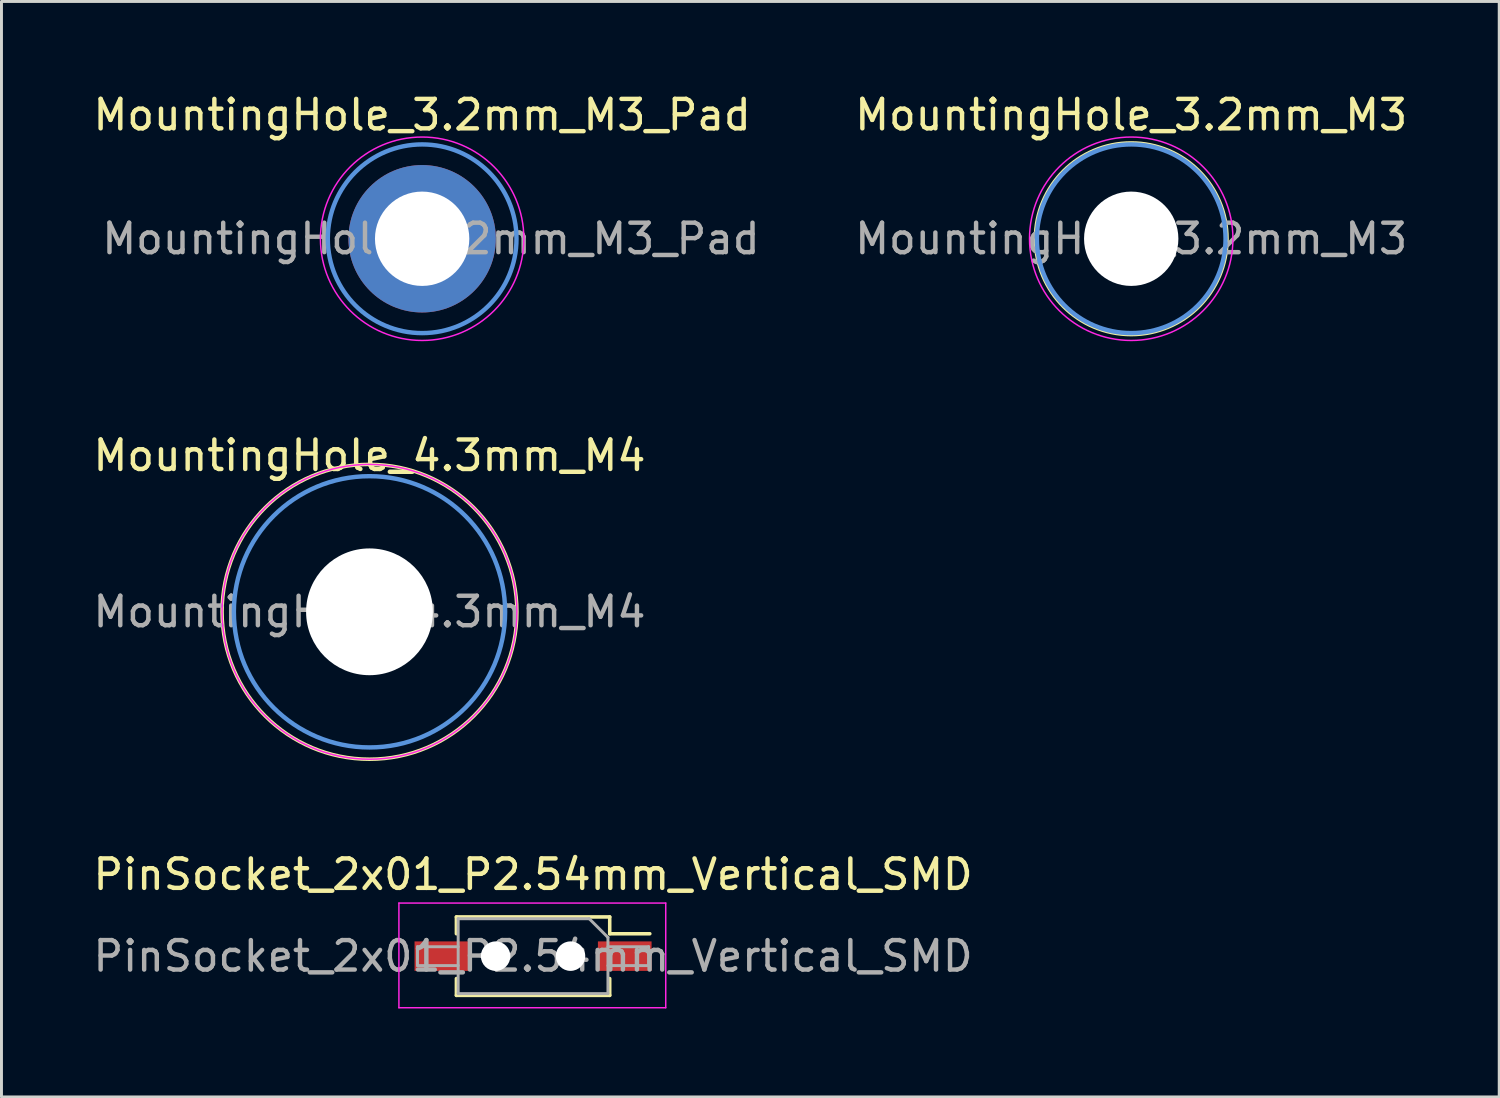
<source format=kicad_pcb>
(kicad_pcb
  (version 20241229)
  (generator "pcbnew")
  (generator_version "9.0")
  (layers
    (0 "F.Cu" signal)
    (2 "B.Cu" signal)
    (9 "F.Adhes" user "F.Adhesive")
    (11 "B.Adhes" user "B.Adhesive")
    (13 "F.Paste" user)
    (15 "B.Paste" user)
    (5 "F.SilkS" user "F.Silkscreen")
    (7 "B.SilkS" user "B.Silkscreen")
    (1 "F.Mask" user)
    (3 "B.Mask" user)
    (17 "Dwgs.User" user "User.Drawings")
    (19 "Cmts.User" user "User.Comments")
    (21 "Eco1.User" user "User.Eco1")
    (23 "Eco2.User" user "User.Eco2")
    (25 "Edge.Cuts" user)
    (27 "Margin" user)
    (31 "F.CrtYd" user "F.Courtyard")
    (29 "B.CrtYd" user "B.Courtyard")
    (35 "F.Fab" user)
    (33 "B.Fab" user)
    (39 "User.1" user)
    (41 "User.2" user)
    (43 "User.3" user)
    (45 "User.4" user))
  (footprint "MountingHole_3.2mm_M3"
    (layer "F.Cu")
    (at 35.318 5.048)
    (property "Reference" "MountingHole_3.2mm_M3" (at 0 -4.2 0) (layer "F.SilkS") (effects (font (size 1 1) (thickness 0.15))))
    (attr exclude_from_pos_files exclude_from_bom)
    (fp_circle (center 0 0) (end 3.25 0) (stroke (width 0.12) (type solid)) (fill no) (layer "F.SilkS"))
    (fp_circle (center 0 0) (end 3.2 0) (stroke (width 0.15) (type solid)) (fill no) (layer "Cmts.User"))
    (fp_circle (center 0 0) (end 3.45 0) (stroke (width 0.05) (type solid)) (fill no) (layer "F.CrtYd"))
    (fp_text user "${REFERENCE}" (at 0 0 0) (layer "F.Fab") (effects (font (size 1 1) (thickness 0.15))))
    (pad "" np_thru_hole circle (at 0 0) (size 3.2 3.2) (drill 3.2) (layers "*.Cu" "*.Mask"))
    (zone (net_name "") (layers "F.Cu" "B.Cu") (hatch edge 0.508) (connect_pads) (min_thickness 0.254) (filled_areas_thickness no) (keepout (tracks not_allowed) (vias not_allowed) (pads not_allowed) (copperpour not_allowed) (footprints allowed)) (placement (enabled no)) (fill) (polygon (pts (xy 38.573 5.048) (xy 38.554 4.697) (xy 38.497 4.349) (xy 38.403 4.01) (xy 38.272 3.683) (xy 38.108 3.372) (xy 37.91 3.08) (xy 37.683 2.812) (xy 37.427 2.57) (xy 37.147 2.356) (xy 36.846 2.174) (xy 36.527 2.026) (xy 36.193 1.913) (xy 35.849 1.837) (xy 35.5 1.799) (xy 35.148 1.798) (xy 34.797 1.835) (xy 34.454 1.91) (xy 34.12 2.022) (xy 33.8 2.169) (xy 33.498 2.35) (xy 33.217 2.562) (xy 32.961 2.804) (xy 32.732 3.071) (xy 32.534 3.362) (xy 32.368 3.673) (xy 32.237 3.999) (xy 32.141 4.338) (xy 32.083 4.685) (xy 32.063 5.037) (xy 32.081 5.388) (xy 32.137 5.736) (xy 32.229 6.076) (xy 32.359 6.403) (xy 32.522 6.715) (xy 32.718 7.007) (xy 32.945 7.276) (xy 33.2 7.52) (xy 33.479 7.734) (xy 33.78 7.917) (xy 34.099 8.066) (xy 34.432 8.18) (xy 34.775 8.257) (xy 35.125 8.297) (xy 35.477 8.299) (xy 35.827 8.263) (xy 36.171 8.189) (xy 36.505 8.079) (xy 36.826 7.933) (xy 37.128 7.753) (xy 37.41 7.542) (xy 37.667 7.301) (xy 37.897 7.034) (xy 38.096 6.744) (xy 38.263 6.434) (xy 38.395 6.108) (xy 38.492 5.769) (xy 38.551 5.422) (xy 38.573 5.071)))))
  (footprint "MountingHole_3.2mm_M3_Pad"
    (layer "F.Cu")
    (at 11.268 5.048)
    (property "Reference" "MountingHole_3.2mm_M3_Pad" (at 0 -4.2 0) (layer "F.SilkS") (effects (font (size 1 1) (thickness 0.15))))
    (attr exclude_from_pos_files exclude_from_bom)
    (fp_circle (center 0 0) (end 3.2 0) (stroke (width 0.15) (type solid)) (fill no) (layer "Cmts.User"))
    (fp_circle (center 0 0) (end 3.45 0) (stroke (width 0.05) (type solid)) (fill no) (layer "F.CrtYd"))
    (fp_text user "${REFERENCE}" (at 0.3 0 0) (layer "F.Fab") (effects (font (size 1 1) (thickness 0.15))))
    (pad "1" thru_hole circle (at 0 0) (size 5 5) (drill 3.2) (layers "*.Cu"))
    (zone (net_name "") (layers "F.Cu" "B.Cu") (hatch edge 0.508) (connect_pads) (min_thickness 0.254) (filled_areas_thickness no) (keepout (tracks not_allowed) (vias not_allowed) (pads not_allowed) (copperpour not_allowed) (footprints allowed)) (placement (enabled no)) (fill) (polygon (pts (xy 14.773 5.048) (xy 14.753 4.682) (xy 14.696 4.32) (xy 14.601 3.965) (xy 14.47 3.623) (xy 14.303 3.296) (xy 14.103 2.988) (xy 13.872 2.703) (xy 13.613 2.444) (xy 13.328 2.213) (xy 13.02 2.013) (xy 12.693 1.846) (xy 12.351 1.715) (xy 11.997 1.62) (xy 11.634 1.563) (xy 11.268 1.543) (xy 10.902 1.563) (xy 10.539 1.62) (xy 10.185 1.715) (xy 9.842 1.846) (xy 9.515 2.013) (xy 9.208 2.213) (xy 8.923 2.444) (xy 8.663 2.703) (xy 8.432 2.988) (xy 8.233 3.296) (xy 8.066 3.623) (xy 7.935 3.965) (xy 7.84 4.32) (xy 7.782 4.682) (xy 7.763 5.048) (xy 7.782 5.415) (xy 7.84 5.777) (xy 7.935 6.131) (xy 8.066 6.474) (xy 8.233 6.801) (xy 8.432 7.108) (xy 8.663 7.393) (xy 8.923 7.653) (xy 9.208 7.884) (xy 9.515 8.083) (xy 9.842 8.25) (xy 10.185 8.382) (xy 10.539 8.476) (xy 10.902 8.534) (xy 11.268 8.553) (xy 11.634 8.534) (xy 11.997 8.476) (xy 12.351 8.382) (xy 12.693 8.25) (xy 13.02 8.083) (xy 13.328 7.884) (xy 13.613 7.653) (xy 13.872 7.393) (xy 14.103 7.108) (xy 14.303 6.801) (xy 14.47 6.474) (xy 14.601 6.131) (xy 14.696 5.777) (xy 14.753 5.415)))))
  (footprint "PinSocket_2x01_P2.54mm_Vertical_SMD"
    (layer "F.Cu")
    (at 15.03 29.38)
    (property "Reference" "PinSocket_2x01_P2.54mm_Vertical_SMD" (at 0 -2.77 0) (layer "F.SilkS") (effects (font (size 1 1) (thickness 0.15))))
    (attr smd)
    (fp_line (start -2.6 -1.33) (end -2.6 -0.76) (stroke (width 0.12) (type solid)) (layer "F.SilkS"))
    (fp_line (start -2.6 -1.33) (end 2.6 -1.33) (stroke (width 0.12) (type solid)) (layer "F.SilkS"))
    (fp_line (start -2.6 0.76) (end -2.6 1.33) (stroke (width 0.12) (type solid)) (layer "F.SilkS"))
    (fp_line (start -2.6 1.33) (end 2.6 1.33) (stroke (width 0.12) (type solid)) (layer "F.SilkS"))
    (fp_line (start 2.6 -1.33) (end 2.6 -0.76) (stroke (width 0.12) (type solid)) (layer "F.SilkS"))
    (fp_line (start 2.6 -0.76) (end 3.96 -0.76) (stroke (width 0.12) (type solid)) (layer "F.SilkS"))
    (fp_line (start 2.6 0.76) (end 2.6 1.33) (stroke (width 0.12) (type solid)) (layer "F.SilkS"))
    (fp_line (start -4.55 -1.8) (end 4.5 -1.8) (stroke (width 0.05) (type solid)) (layer "F.CrtYd"))
    (fp_line (start -4.55 1.75) (end -4.55 -1.8) (stroke (width 0.05) (type solid)) (layer "F.CrtYd"))
    (fp_line (start 4.5 -1.8) (end 4.5 1.75) (stroke (width 0.05) (type solid)) (layer "F.CrtYd"))
    (fp_line (start 4.5 1.75) (end -4.55 1.75) (stroke (width 0.05) (type solid)) (layer "F.CrtYd"))
    (fp_line (start -3.92 -0.32) (end -2.54 -0.32) (stroke (width 0.1) (type solid)) (layer "F.Fab"))
    (fp_line (start -3.92 0.32) (end -3.92 -0.32) (stroke (width 0.1) (type solid)) (layer "F.Fab"))
    (fp_line (start -2.54 -1.27) (end 1.905 -1.27) (stroke (width 0.1) (type solid)) (layer "F.Fab"))
    (fp_line (start -2.54 0.32) (end -3.92 0.32) (stroke (width 0.1) (type solid)) (layer "F.Fab"))
    (fp_line (start -2.54 1.27) (end -2.54 -1.27) (stroke (width 0.1) (type solid)) (layer "F.Fab"))
    (fp_line (start 1.905 -1.27) (end 2.54 -0.635) (stroke (width 0.1) (type solid)) (layer "F.Fab"))
    (fp_line (start 2.54 -0.635) (end 2.54 1.27) (stroke (width 0.1) (type solid)) (layer "F.Fab"))
    (fp_line (start 2.54 -0.32) (end 3.92 -0.32) (stroke (width 0.1) (type solid)) (layer "F.Fab"))
    (fp_line (start 2.54 1.27) (end -2.54 1.27) (stroke (width 0.1) (type solid)) (layer "F.Fab"))
    (fp_line (start 3.92 -0.32) (end 3.92 0.32) (stroke (width 0.1) (type solid)) (layer "F.Fab"))
    (fp_line (start 3.92 0.32) (end 2.54 0.32) (stroke (width 0.1) (type solid)) (layer "F.Fab"))
    (fp_text user "${REFERENCE}" (at 0 0 0) (layer "F.Fab") (effects (font (size 1 1) (thickness 0.15))))
    (pad "" np_thru_hole circle (at -1.27 0) (size 1 1) (drill 1) (layers "*.Cu" "*.Mask"))
    (pad "" np_thru_hole circle (at 1.27 0) (size 1 1) (drill 1) (layers "*.Cu" "*.Mask"))
    (pad "1" smd rect (at 3.11 0) (size 1.82 1) (layers "F.Cu" "F.Mask" "F.Paste"))
    (pad "2" smd rect (at -3.11 0) (size 1.82 1) (layers "F.Cu" "F.Mask" "F.Paste"))
    (zone (net_name "") (layers "F.Cu" "B.Cu") (hatch edge 0.508) (connect_pads) (min_thickness 0.254) (filled_areas_thickness no) (keepout (tracks not_allowed) (vias not_allowed) (pads allowed) (copperpour not_allowed) (footprints allowed)) (placement (enabled no)) (fill) (polygon (pts (xy 14.527 29.38) (xy 14.508 29.21) (xy 14.451 29.048) (xy 14.361 28.903) (xy 14.24 28.782) (xy 14.096 28.69) (xy 13.935 28.633) (xy 13.765 28.613) (xy 13.595 28.631) (xy 13.433 28.686) (xy 13.288 28.775) (xy 13.166 28.895) (xy 13.073 29.039) (xy 13.014 29.199) (xy 12.993 29.369) (xy 13.01 29.539) (xy 13.064 29.701) (xy 13.152 29.847) (xy 13.271 29.97) (xy 13.414 30.064) (xy 13.574 30.124) (xy 13.744 30.146) (xy 13.914 30.131) (xy 14.077 30.078) (xy 14.223 29.99) (xy 14.347 29.872) (xy 14.442 29.73) (xy 14.502 29.57) (xy 14.526 29.401))))
    (zone (net_name "") (layers "F.Cu" "B.Cu") (hatch edge 0.508) (connect_pads) (min_thickness 0.254) (filled_areas_thickness no) (keepout (tracks not_allowed) (vias not_allowed) (pads allowed) (copperpour not_allowed) (footprints allowed)) (placement (enabled no)) (fill) (polygon (pts (xy 17.067 29.38) (xy 17.048 29.21) (xy 16.991 29.048) (xy 16.901 28.903) (xy 16.78 28.782) (xy 16.636 28.69) (xy 16.475 28.633) (xy 16.305 28.613) (xy 16.135 28.631) (xy 15.973 28.686) (xy 15.828 28.775) (xy 15.706 28.895) (xy 15.613 29.039) (xy 15.554 29.199) (xy 15.533 29.369) (xy 15.55 29.539) (xy 15.604 29.701) (xy 15.692 29.847) (xy 15.811 29.97) (xy 15.954 30.064) (xy 16.114 30.124) (xy 16.284 30.146) (xy 16.454 30.131) (xy 16.617 30.078) (xy 16.763 29.99) (xy 16.887 29.872) (xy 16.982 29.73) (xy 17.042 29.57) (xy 17.066 29.401)))))
  (footprint "MountingHole_4.3mm_M4"
    (layer "F.Cu")
    (at 9.482 17.701)
    (property "Reference" "MountingHole_4.3mm_M4" (at 0 -5.3 0) (layer "F.SilkS") (effects (font (size 1 1) (thickness 0.15))))
    (attr exclude_from_pos_files exclude_from_bom)
    (fp_circle (center 0 0) (end 5 0) (stroke (width 0.12) (type solid)) (fill no) (layer "F.SilkS"))
    (fp_circle (center 0 0) (end 4.6 0) (stroke (width 0.15) (type solid)) (fill no) (layer "Cmts.User"))
    (fp_circle (center 0 0) (end 5 0) (stroke (width 0.05) (type solid)) (fill no) (layer "F.CrtYd"))
    (fp_text user "${REFERENCE}" (at 0 0 0) (layer "F.Fab") (effects (font (size 1 1) (thickness 0.15))))
    (pad "" np_thru_hole circle (at 0 0) (size 4.3 4.3) (drill 4.3) (layers "*.Cu" "*.Mask"))
    (zone (net_name "") (layers "F.Cu" "B.Cu") (hatch edge 0.508) (connect_pads) (min_thickness 0.254) (filled_areas_thickness no) (keepout (tracks not_allowed) (vias not_allowed) (pads allowed) (copperpour not_allowed) (footprints allowed)) (placement (enabled no)) (fill) (polygon (pts (xy 14.487 17.701) (xy 14.467 17.256) (xy 14.408 16.815) (xy 14.31 16.381) (xy 14.173 15.957) (xy 14 15.547) (xy 13.79 15.154) (xy 13.547 14.781) (xy 13.271 14.431) (xy 12.965 14.107) (xy 12.632 13.812) (xy 12.274 13.547) (xy 11.893 13.315) (xy 11.494 13.118) (xy 11.079 12.958) (xy 10.651 12.835) (xy 10.213 12.75) (xy 9.77 12.705) (xy 9.325 12.699) (xy 8.881 12.733) (xy 8.442 12.806) (xy 8.01 12.918) (xy 7.591 13.067) (xy 7.187 13.254) (xy 6.8 13.475) (xy 6.435 13.731) (xy 6.094 14.017) (xy 5.78 14.333) (xy 5.495 14.675) (xy 5.242 15.042) (xy 5.023 15.429) (xy 4.838 15.834) (xy 4.691 16.255) (xy 4.581 16.686) (xy 4.51 17.126) (xy 4.479 17.57) (xy 4.487 18.016) (xy 4.535 18.458) (xy 4.622 18.895) (xy 4.747 19.323) (xy 4.91 19.737) (xy 5.109 20.135) (xy 5.343 20.515) (xy 5.609 20.871) (xy 5.906 21.203) (xy 6.232 21.507) (xy 6.583 21.781) (xy 6.957 22.023) (xy 7.351 22.23) (xy 7.762 22.402) (xy 8.187 22.536) (xy 8.622 22.632) (xy 9.063 22.689) (xy 9.508 22.706) (xy 9.953 22.684) (xy 10.394 22.623) (xy 10.828 22.522) (xy 11.251 22.383) (xy 11.66 22.207) (xy 12.052 21.996) (xy 12.424 21.75) (xy 12.772 21.473) (xy 13.095 21.166) (xy 13.388 20.831) (xy 13.651 20.471) (xy 13.881 20.09) (xy 14.076 19.689) (xy 14.234 19.273) (xy 14.355 18.844) (xy 14.437 18.407) (xy 14.48 17.963)))))
  (gr_rect
    (start -3 -3)
    (end 47.8 34.155)
    (stroke (width 0.1) (type default))
    (fill no)
    (layer "Edge.Cuts")))
</source>
